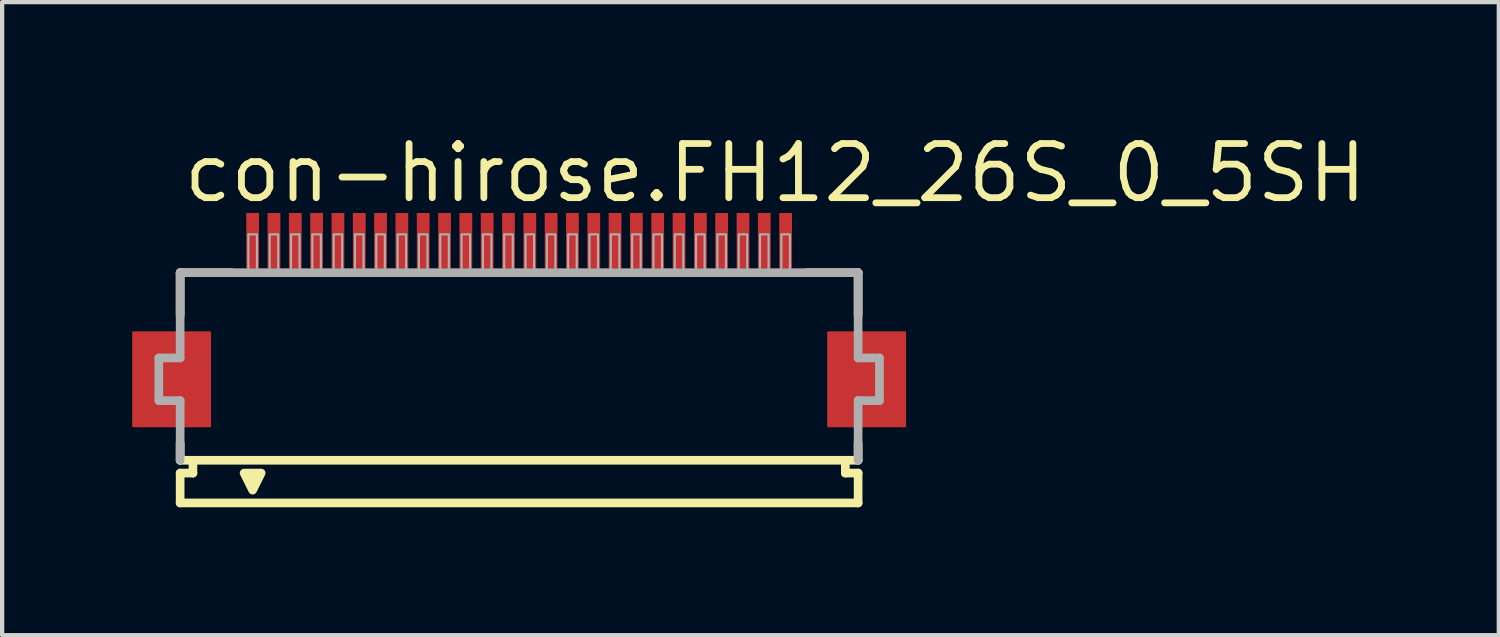
<source format=kicad_pcb>
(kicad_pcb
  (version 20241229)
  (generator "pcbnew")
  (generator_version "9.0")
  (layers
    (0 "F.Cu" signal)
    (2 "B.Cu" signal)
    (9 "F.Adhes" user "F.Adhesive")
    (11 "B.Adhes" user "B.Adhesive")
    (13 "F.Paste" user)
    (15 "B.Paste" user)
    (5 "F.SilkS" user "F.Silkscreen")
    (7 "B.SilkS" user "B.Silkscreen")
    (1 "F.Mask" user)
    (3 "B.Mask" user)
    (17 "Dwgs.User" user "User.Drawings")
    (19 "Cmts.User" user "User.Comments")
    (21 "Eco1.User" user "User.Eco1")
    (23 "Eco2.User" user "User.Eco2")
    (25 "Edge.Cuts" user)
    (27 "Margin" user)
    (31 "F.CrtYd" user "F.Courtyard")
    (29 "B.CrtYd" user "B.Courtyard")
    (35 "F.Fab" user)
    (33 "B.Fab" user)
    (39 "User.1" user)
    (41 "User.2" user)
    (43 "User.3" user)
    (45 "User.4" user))
  (footprint "con-hirose.FH12_26S_0_5SH"
    (layer "F.Cu")
    (at 9.125 5.845)
    (property "Reference" "con-hirose.FH12_26S_0_5SH" (at -7.948 -4.095 0) (layer "F.SilkS") (effects (font (size 1.27 1.27) (thickness 0.16)) (justify left bottom)))
    (attr smd)
    (fp_rect (start -9.05 1.1) (end -7.25 -1.1) (stroke (width 0.05) (type default)) (fill yes) (layer "F.Cu"))
    (fp_rect (start 7.25 1.1) (end 9.05 -1.1) (stroke (width 0.05) (type default)) (fill yes) (layer "F.Cu"))
    (fp_rect (start -9.1 1.175) (end -7.2 -1.175) (stroke (width 0.05) (type default)) (fill yes) (layer "F.Mask"))
    (fp_rect (start -6.45 -2.55) (end -6.05 -3.95) (stroke (width 0.05) (type default)) (fill yes) (layer "F.Mask"))
    (fp_rect (start -5.95 -2.55) (end -5.55 -3.95) (stroke (width 0.05) (type default)) (fill yes) (layer "F.Mask"))
    (fp_rect (start -5.45 -2.55) (end -5.05 -3.95) (stroke (width 0.05) (type default)) (fill yes) (layer "F.Mask"))
    (fp_rect (start -4.95 -2.55) (end -4.55 -3.95) (stroke (width 0.05) (type default)) (fill yes) (layer "F.Mask"))
    (fp_rect (start -4.45 -2.55) (end -4.05 -3.95) (stroke (width 0.05) (type default)) (fill yes) (layer "F.Mask"))
    (fp_rect (start -3.95 -2.55) (end -3.55 -3.95) (stroke (width 0.05) (type default)) (fill yes) (layer "F.Mask"))
    (fp_rect (start -3.45 -2.55) (end -3.05 -3.95) (stroke (width 0.05) (type default)) (fill yes) (layer "F.Mask"))
    (fp_rect (start -2.95 -2.55) (end -2.55 -3.95) (stroke (width 0.05) (type default)) (fill yes) (layer "F.Mask"))
    (fp_rect (start -2.45 -2.55) (end -2.05 -3.95) (stroke (width 0.05) (type default)) (fill yes) (layer "F.Mask"))
    (fp_rect (start -1.95 -2.55) (end -1.55 -3.95) (stroke (width 0.05) (type default)) (fill yes) (layer "F.Mask"))
    (fp_rect (start -1.45 -2.55) (end -1.05 -3.95) (stroke (width 0.05) (type default)) (fill yes) (layer "F.Mask"))
    (fp_rect (start -0.95 -2.55) (end -0.55 -3.95) (stroke (width 0.05) (type default)) (fill yes) (layer "F.Mask"))
    (fp_rect (start -0.45 -2.55) (end -0.05 -3.95) (stroke (width 0.05) (type default)) (fill yes) (layer "F.Mask"))
    (fp_rect (start 0.05 -2.55) (end 0.45 -3.95) (stroke (width 0.05) (type default)) (fill yes) (layer "F.Mask"))
    (fp_rect (start 0.55 -2.55) (end 0.95 -3.95) (stroke (width 0.05) (type default)) (fill yes) (layer "F.Mask"))
    (fp_rect (start 1.05 -2.55) (end 1.45 -3.95) (stroke (width 0.05) (type default)) (fill yes) (layer "F.Mask"))
    (fp_rect (start 1.55 -2.55) (end 1.95 -3.95) (stroke (width 0.05) (type default)) (fill yes) (layer "F.Mask"))
    (fp_rect (start 2.05 -2.55) (end 2.45 -3.95) (stroke (width 0.05) (type default)) (fill yes) (layer "F.Mask"))
    (fp_rect (start 2.55 -2.55) (end 2.95 -3.95) (stroke (width 0.05) (type default)) (fill yes) (layer "F.Mask"))
    (fp_rect (start 3.05 -2.55) (end 3.45 -3.95) (stroke (width 0.05) (type default)) (fill yes) (layer "F.Mask"))
    (fp_rect (start 3.55 -2.55) (end 3.95 -3.95) (stroke (width 0.05) (type default)) (fill yes) (layer "F.Mask"))
    (fp_rect (start 4.05 -2.55) (end 4.45 -3.95) (stroke (width 0.05) (type default)) (fill yes) (layer "F.Mask"))
    (fp_rect (start 4.55 -2.55) (end 4.95 -3.95) (stroke (width 0.05) (type default)) (fill yes) (layer "F.Mask"))
    (fp_rect (start 5.05 -2.55) (end 5.45 -3.95) (stroke (width 0.05) (type default)) (fill yes) (layer "F.Mask"))
    (fp_rect (start 5.55 -2.55) (end 5.95 -3.95) (stroke (width 0.05) (type default)) (fill yes) (layer "F.Mask"))
    (fp_rect (start 6.05 -2.55) (end 6.45 -3.95) (stroke (width 0.05) (type default)) (fill yes) (layer "F.Mask"))
    (fp_rect (start 7.2 1.175) (end 9.1 -1.175) (stroke (width 0.05) (type default)) (fill yes) (layer "F.Mask"))
    (fp_line (start -7.95 -2.5) (end -7.95 -1.5) (stroke (width 0.203) (type default)) (layer "F.SilkS"))
    (fp_line (start -7.95 1.5) (end -7.95 1.9) (stroke (width 0.203) (type default)) (layer "F.SilkS"))
    (fp_line (start -7.95 1.9) (end -7.65 1.9) (stroke (width 0.203) (type default)) (layer "F.SilkS"))
    (fp_line (start -7.95 2.2) (end -7.95 2.9) (stroke (width 0.203) (type default)) (layer "F.SilkS"))
    (fp_line (start -7.65 1.9) (end -7.65 2.2) (stroke (width 0.203) (type default)) (layer "F.SilkS"))
    (fp_line (start -7.65 2.2) (end -7.95 2.2) (stroke (width 0.203) (type default)) (layer "F.SilkS"))
    (fp_line (start -6.75 -2.5) (end -7.95 -2.5) (stroke (width 0.203) (type default)) (layer "F.SilkS"))
    (fp_line (start 7.65 1.9) (end -7.65 1.9) (stroke (width 0.203) (type default)) (layer "F.SilkS"))
    (fp_line (start 7.65 1.9) (end 7.95 1.9) (stroke (width 0.203) (type default)) (layer "F.SilkS"))
    (fp_line (start 7.65 2.2) (end 7.65 1.9) (stroke (width 0.203) (type default)) (layer "F.SilkS"))
    (fp_line (start 7.95 -2.5) (end 6.75 -2.5) (stroke (width 0.203) (type default)) (layer "F.SilkS"))
    (fp_line (start 7.95 -1.5) (end 7.95 -2.5) (stroke (width 0.203) (type default)) (layer "F.SilkS"))
    (fp_line (start 7.95 1.9) (end 7.95 1.5) (stroke (width 0.203) (type default)) (layer "F.SilkS"))
    (fp_line (start 7.95 2.2) (end 7.65 2.2) (stroke (width 0.203) (type default)) (layer "F.SilkS"))
    (fp_line (start 7.95 2.9) (end -7.95 2.9) (stroke (width 0.203) (type default)) (layer "F.SilkS"))
    (fp_line (start 7.95 2.9) (end 7.95 2.2) (stroke (width 0.203) (type default)) (layer "F.SilkS"))
    (fp_poly (pts (xy -6.45 2.2) (xy -6.25 2.6) (xy -6.05 2.2)) (stroke (width 0.203) (type default)) (fill yes) (layer "F.SilkS"))
    (fp_rect (start -8.975 1.025) (end -7.325 -1.025) (stroke (width 0.05) (type default)) (fill yes) (layer "F.Paste"))
    (fp_rect (start -6.375 -2.625) (end -6.125 -3.875) (stroke (width 0.05) (type default)) (fill yes) (layer "F.Paste"))
    (fp_rect (start -5.875 -2.625) (end -5.625 -3.875) (stroke (width 0.05) (type default)) (fill yes) (layer "F.Paste"))
    (fp_rect (start -5.375 -2.625) (end -5.125 -3.875) (stroke (width 0.05) (type default)) (fill yes) (layer "F.Paste"))
    (fp_rect (start -4.875 -2.625) (end -4.625 -3.875) (stroke (width 0.05) (type default)) (fill yes) (layer "F.Paste"))
    (fp_rect (start -4.375 -2.625) (end -4.125 -3.875) (stroke (width 0.05) (type default)) (fill yes) (layer "F.Paste"))
    (fp_rect (start -3.875 -2.625) (end -3.625 -3.875) (stroke (width 0.05) (type default)) (fill yes) (layer "F.Paste"))
    (fp_rect (start -3.375 -2.625) (end -3.125 -3.875) (stroke (width 0.05) (type default)) (fill yes) (layer "F.Paste"))
    (fp_rect (start -2.875 -2.625) (end -2.625 -3.875) (stroke (width 0.05) (type default)) (fill yes) (layer "F.Paste"))
    (fp_rect (start -2.375 -2.625) (end -2.125 -3.875) (stroke (width 0.05) (type default)) (fill yes) (layer "F.Paste"))
    (fp_rect (start -1.875 -2.625) (end -1.625 -3.875) (stroke (width 0.05) (type default)) (fill yes) (layer "F.Paste"))
    (fp_rect (start -1.375 -2.625) (end -1.125 -3.875) (stroke (width 0.05) (type default)) (fill yes) (layer "F.Paste"))
    (fp_rect (start -0.875 -2.625) (end -0.625 -3.875) (stroke (width 0.05) (type default)) (fill yes) (layer "F.Paste"))
    (fp_rect (start -0.375 -2.625) (end -0.125 -3.875) (stroke (width 0.05) (type default)) (fill yes) (layer "F.Paste"))
    (fp_rect (start 0.125 -2.625) (end 0.375 -3.875) (stroke (width 0.05) (type default)) (fill yes) (layer "F.Paste"))
    (fp_rect (start 0.625 -2.625) (end 0.875 -3.875) (stroke (width 0.05) (type default)) (fill yes) (layer "F.Paste"))
    (fp_rect (start 1.125 -2.625) (end 1.375 -3.875) (stroke (width 0.05) (type default)) (fill yes) (layer "F.Paste"))
    (fp_rect (start 1.625 -2.625) (end 1.875 -3.875) (stroke (width 0.05) (type default)) (fill yes) (layer "F.Paste"))
    (fp_rect (start 2.125 -2.625) (end 2.375 -3.875) (stroke (width 0.05) (type default)) (fill yes) (layer "F.Paste"))
    (fp_rect (start 2.625 -2.625) (end 2.875 -3.875) (stroke (width 0.05) (type default)) (fill yes) (layer "F.Paste"))
    (fp_rect (start 3.125 -2.625) (end 3.375 -3.875) (stroke (width 0.05) (type default)) (fill yes) (layer "F.Paste"))
    (fp_rect (start 3.625 -2.625) (end 3.875 -3.875) (stroke (width 0.05) (type default)) (fill yes) (layer "F.Paste"))
    (fp_rect (start 4.125 -2.625) (end 4.375 -3.875) (stroke (width 0.05) (type default)) (fill yes) (layer "F.Paste"))
    (fp_rect (start 4.625 -2.625) (end 4.875 -3.875) (stroke (width 0.05) (type default)) (fill yes) (layer "F.Paste"))
    (fp_rect (start 5.125 -2.625) (end 5.375 -3.875) (stroke (width 0.05) (type default)) (fill yes) (layer "F.Paste"))
    (fp_rect (start 5.625 -2.625) (end 5.875 -3.875) (stroke (width 0.05) (type default)) (fill yes) (layer "F.Paste"))
    (fp_rect (start 6.125 -2.625) (end 6.375 -3.875) (stroke (width 0.05) (type default)) (fill yes) (layer "F.Paste"))
    (fp_rect (start 7.325 1.025) (end 8.975 -1.025) (stroke (width 0.05) (type default)) (fill yes) (layer "F.Paste"))
    (fp_line (start -8.45 -0.5) (end -8.45 0.5) (stroke (width 0.203) (type default)) (layer "F.Fab"))
    (fp_line (start -8.45 0.5) (end -7.95 0.5) (stroke (width 0.203) (type default)) (layer "F.Fab"))
    (fp_line (start -7.95 -2.5) (end -7.95 -0.5) (stroke (width 0.203) (type default)) (layer "F.Fab"))
    (fp_line (start -7.95 -0.5) (end -8.45 -0.5) (stroke (width 0.203) (type default)) (layer "F.Fab"))
    (fp_line (start -7.95 0.5) (end -7.95 1.9) (stroke (width 0.203) (type default)) (layer "F.Fab"))
    (fp_line (start 7.95 -2.5) (end -7.95 -2.5) (stroke (width 0.203) (type default)) (layer "F.Fab"))
    (fp_line (start 7.95 -0.5) (end 7.95 -2.5) (stroke (width 0.203) (type default)) (layer "F.Fab"))
    (fp_line (start 7.95 0.5) (end 8.45 0.5) (stroke (width 0.203) (type default)) (layer "F.Fab"))
    (fp_line (start 7.95 1.9) (end 7.95 0.5) (stroke (width 0.203) (type default)) (layer "F.Fab"))
    (fp_line (start 8.45 -0.5) (end 7.95 -0.5) (stroke (width 0.203) (type default)) (layer "F.Fab"))
    (fp_line (start 8.45 0.5) (end 8.45 -0.5) (stroke (width 0.203) (type default)) (layer "F.Fab"))
    (fp_rect (start -6.35 -2.55) (end -6.15 -3.4) (stroke (width 0.05) (type default)) (fill no) (layer "F.Fab"))
    (fp_rect (start -5.85 -2.55) (end -5.65 -3.4) (stroke (width 0.05) (type default)) (fill no) (layer "F.Fab"))
    (fp_rect (start -5.35 -2.55) (end -5.15 -3.4) (stroke (width 0.05) (type default)) (fill no) (layer "F.Fab"))
    (fp_rect (start -4.85 -2.55) (end -4.65 -3.4) (stroke (width 0.05) (type default)) (fill no) (layer "F.Fab"))
    (fp_rect (start -4.35 -2.55) (end -4.15 -3.4) (stroke (width 0.05) (type default)) (fill no) (layer "F.Fab"))
    (fp_rect (start -3.85 -2.55) (end -3.65 -3.4) (stroke (width 0.05) (type default)) (fill no) (layer "F.Fab"))
    (fp_rect (start -3.35 -2.55) (end -3.15 -3.4) (stroke (width 0.05) (type default)) (fill no) (layer "F.Fab"))
    (fp_rect (start -2.85 -2.55) (end -2.65 -3.4) (stroke (width 0.05) (type default)) (fill no) (layer "F.Fab"))
    (fp_rect (start -2.35 -2.55) (end -2.15 -3.4) (stroke (width 0.05) (type default)) (fill no) (layer "F.Fab"))
    (fp_rect (start -1.85 -2.55) (end -1.65 -3.4) (stroke (width 0.05) (type default)) (fill no) (layer "F.Fab"))
    (fp_rect (start -1.35 -2.55) (end -1.15 -3.4) (stroke (width 0.05) (type default)) (fill no) (layer "F.Fab"))
    (fp_rect (start -0.85 -2.55) (end -0.65 -3.4) (stroke (width 0.05) (type default)) (fill no) (layer "F.Fab"))
    (fp_rect (start -0.35 -2.55) (end -0.15 -3.4) (stroke (width 0.05) (type default)) (fill no) (layer "F.Fab"))
    (fp_rect (start 0.15 -2.55) (end 0.35 -3.4) (stroke (width 0.05) (type default)) (fill no) (layer "F.Fab"))
    (fp_rect (start 0.65 -2.55) (end 0.85 -3.4) (stroke (width 0.05) (type default)) (fill no) (layer "F.Fab"))
    (fp_rect (start 1.15 -2.55) (end 1.35 -3.4) (stroke (width 0.05) (type default)) (fill no) (layer "F.Fab"))
    (fp_rect (start 1.65 -2.55) (end 1.85 -3.4) (stroke (width 0.05) (type default)) (fill no) (layer "F.Fab"))
    (fp_rect (start 2.15 -2.55) (end 2.35 -3.4) (stroke (width 0.05) (type default)) (fill no) (layer "F.Fab"))
    (fp_rect (start 2.65 -2.55) (end 2.85 -3.4) (stroke (width 0.05) (type default)) (fill no) (layer "F.Fab"))
    (fp_rect (start 3.15 -2.55) (end 3.35 -3.4) (stroke (width 0.05) (type default)) (fill no) (layer "F.Fab"))
    (fp_rect (start 3.65 -2.55) (end 3.85 -3.4) (stroke (width 0.05) (type default)) (fill no) (layer "F.Fab"))
    (fp_rect (start 4.15 -2.55) (end 4.35 -3.4) (stroke (width 0.05) (type default)) (fill no) (layer "F.Fab"))
    (fp_rect (start 4.65 -2.55) (end 4.85 -3.4) (stroke (width 0.05) (type default)) (fill no) (layer "F.Fab"))
    (fp_rect (start 5.15 -2.55) (end 5.35 -3.4) (stroke (width 0.05) (type default)) (fill no) (layer "F.Fab"))
    (fp_rect (start 5.65 -2.55) (end 5.85 -3.4) (stroke (width 0.05) (type default)) (fill no) (layer "F.Fab"))
    (fp_rect (start 6.15 -2.55) (end 6.35 -3.4) (stroke (width 0.05) (type default)) (fill no) (layer "F.Fab"))
    (pad "1" smd roundrect (at -6.25 -3.25) (size 0.3 1.3) (layers "F.Cu" "F.Mask" "F.Paste") (roundrect_rratio 0.01))
    (pad "2" smd roundrect (at -5.75 -3.25) (size 0.3 1.3) (layers "F.Cu" "F.Mask" "F.Paste") (roundrect_rratio 0.01))
    (pad "3" smd roundrect (at -5.25 -3.25) (size 0.3 1.3) (layers "F.Cu" "F.Mask" "F.Paste") (roundrect_rratio 0.01))
    (pad "4" smd roundrect (at -4.75 -3.25) (size 0.3 1.3) (layers "F.Cu" "F.Mask" "F.Paste") (roundrect_rratio 0.01))
    (pad "5" smd roundrect (at -4.25 -3.25) (size 0.3 1.3) (layers "F.Cu" "F.Mask" "F.Paste") (roundrect_rratio 0.01))
    (pad "6" smd roundrect (at -3.75 -3.25) (size 0.3 1.3) (layers "F.Cu" "F.Mask" "F.Paste") (roundrect_rratio 0.01))
    (pad "7" smd roundrect (at -3.25 -3.25) (size 0.3 1.3) (layers "F.Cu" "F.Mask" "F.Paste") (roundrect_rratio 0.01))
    (pad "8" smd roundrect (at -2.75 -3.25) (size 0.3 1.3) (layers "F.Cu" "F.Mask" "F.Paste") (roundrect_rratio 0.01))
    (pad "9" smd roundrect (at -2.25 -3.25) (size 0.3 1.3) (layers "F.Cu" "F.Mask" "F.Paste") (roundrect_rratio 0.01))
    (pad "10" smd roundrect (at -1.75 -3.25) (size 0.3 1.3) (layers "F.Cu" "F.Mask" "F.Paste") (roundrect_rratio 0.01))
    (pad "11" smd roundrect (at -1.25 -3.25) (size 0.3 1.3) (layers "F.Cu" "F.Mask" "F.Paste") (roundrect_rratio 0.01))
    (pad "12" smd roundrect (at -0.75 -3.25) (size 0.3 1.3) (layers "F.Cu" "F.Mask" "F.Paste") (roundrect_rratio 0.01))
    (pad "13" smd roundrect (at -0.25 -3.25) (size 0.3 1.3) (layers "F.Cu" "F.Mask" "F.Paste") (roundrect_rratio 0.01))
    (pad "14" smd roundrect (at 0.25 -3.25) (size 0.3 1.3) (layers "F.Cu" "F.Mask" "F.Paste") (roundrect_rratio 0.01))
    (pad "15" smd roundrect (at 0.75 -3.25) (size 0.3 1.3) (layers "F.Cu" "F.Mask" "F.Paste") (roundrect_rratio 0.01))
    (pad "16" smd roundrect (at 1.25 -3.25) (size 0.3 1.3) (layers "F.Cu" "F.Mask" "F.Paste") (roundrect_rratio 0.01))
    (pad "17" smd roundrect (at 1.75 -3.25) (size 0.3 1.3) (layers "F.Cu" "F.Mask" "F.Paste") (roundrect_rratio 0.01))
    (pad "18" smd roundrect (at 2.25 -3.25) (size 0.3 1.3) (layers "F.Cu" "F.Mask" "F.Paste") (roundrect_rratio 0.01))
    (pad "19" smd roundrect (at 2.75 -3.25) (size 0.3 1.3) (layers "F.Cu" "F.Mask" "F.Paste") (roundrect_rratio 0.01))
    (pad "20" smd roundrect (at 3.25 -3.25) (size 0.3 1.3) (layers "F.Cu" "F.Mask" "F.Paste") (roundrect_rratio 0.01))
    (pad "21" smd roundrect (at 3.75 -3.25) (size 0.3 1.3) (layers "F.Cu" "F.Mask" "F.Paste") (roundrect_rratio 0.01))
    (pad "22" smd roundrect (at 4.25 -3.25) (size 0.3 1.3) (layers "F.Cu" "F.Mask" "F.Paste") (roundrect_rratio 0.01))
    (pad "23" smd roundrect (at 4.75 -3.25) (size 0.3 1.3) (layers "F.Cu" "F.Mask" "F.Paste") (roundrect_rratio 0.01))
    (pad "24" smd roundrect (at 5.25 -3.25) (size 0.3 1.3) (layers "F.Cu" "F.Mask" "F.Paste") (roundrect_rratio 0.01))
    (pad "25" smd roundrect (at 5.75 -3.25) (size 0.3 1.3) (layers "F.Cu" "F.Mask" "F.Paste") (roundrect_rratio 0.01))
    (pad "26" smd roundrect (at 6.25 -3.25) (size 0.3 1.3) (layers "F.Cu" "F.Mask" "F.Paste") (roundrect_rratio 0.01)))
  (gr_rect
    (start -3 -3)
    (end 32.101 11.847)
    (stroke (width 0.1) (type default))
    (fill no)
    (layer "Edge.Cuts")))
</source>
